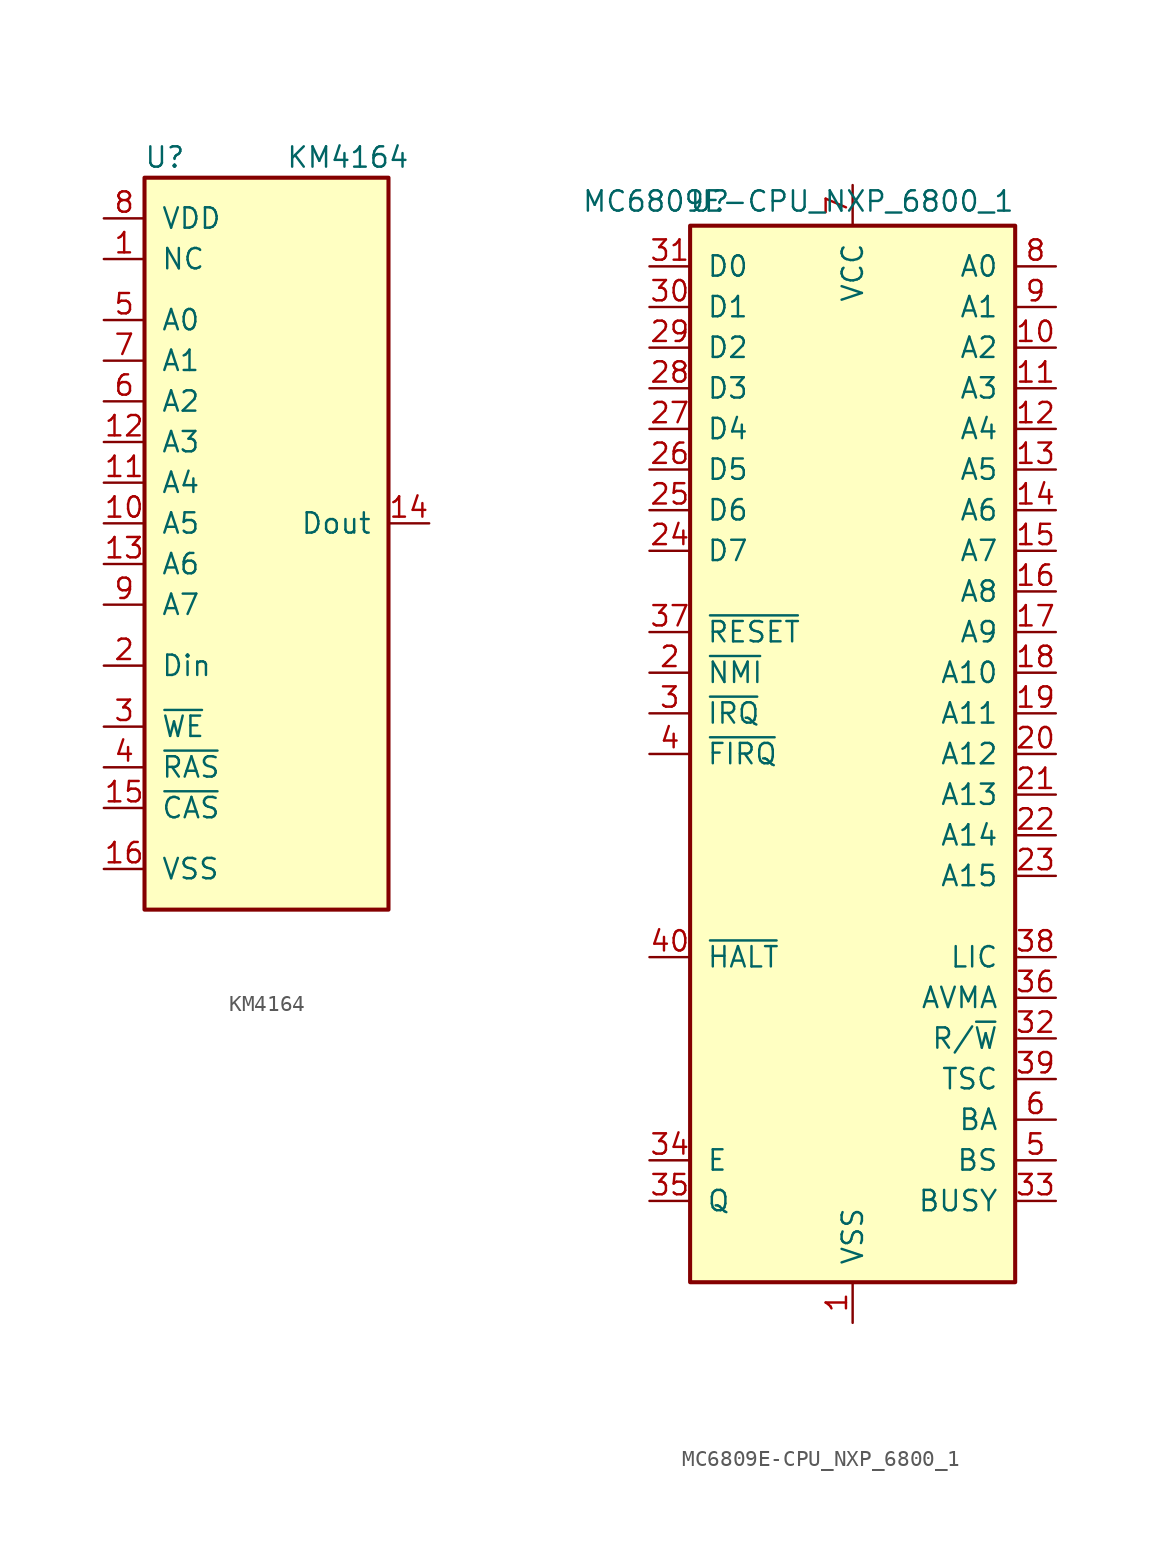
<source format=kicad_sym>
(kicad_symbol_lib
  (version 20211014)
  (generator kicad_symbol_editor)
  (symbol "KM4164"
    (pin_names
      (offset 1.016))
    (property "Reference" "U"
      (at -6.35 22.86 0)
      (effects (font (size 1.27 1.27))))
    (property "Value" "KM4164"
      (at 5.08 22.86 0)
      (effects (font (size 1.27 1.27))))
    (symbol "KM4164_0_1"
      (rectangle (start -7.62 21.59) (end 7.62 -24.13) (stroke (width 0.254) (type default) (color 0 0 0 0)) (fill (type background))))
    (symbol "KM4164_1_1"
      (pin passive line (at -10.16 16.51 0) (length 2.54) (name "NC" (effects (font (size 1.27 1.27)))) (number "1" (effects (font (size 1.27 1.27)))))
      (pin input line (at -10.16 0 0) (length 2.54) (name "A5" (effects (font (size 1.27 1.27)))) (number "10" (effects (font (size 1.27 1.27)))))
      (pin input line (at -10.16 2.54 0) (length 2.54) (name "A4" (effects (font (size 1.27 1.27)))) (number "11" (effects (font (size 1.27 1.27)))))
      (pin input line (at -10.16 5.08 0) (length 2.54) (name "A3" (effects (font (size 1.27 1.27)))) (number "12" (effects (font (size 1.27 1.27)))))
      (pin input line (at -10.16 -2.54 0) (length 2.54) (name "A6" (effects (font (size 1.27 1.27)))) (number "13" (effects (font (size 1.27 1.27)))))
      (pin tri_state line (at 10.16 0 180) (length 2.54) (name "Dout" (effects (font (size 1.27 1.27)))) (number "14" (effects (font (size 1.27 1.27)))))
      (pin input line (at -10.16 -17.78 0) (length 2.54) (name "~{CAS}" (effects (font (size 1.27 1.27)))) (number "15" (effects (font (size 1.27 1.27)))))
      (pin power_in line (at -10.16 -21.59 0) (length 2.54) (name "VSS" (effects (font (size 1.27 1.27)))) (number "16" (effects (font (size 1.27 1.27)))))
      (pin input line (at -10.16 -8.89 0) (length 2.54) (name "Din" (effects (font (size 1.27 1.27)))) (number "2" (effects (font (size 1.27 1.27)))))
      (pin input line (at -10.16 -12.7 0) (length 2.54) (name "~{WE}" (effects (font (size 1.27 1.27)))) (number "3" (effects (font (size 1.27 1.27)))))
      (pin input line (at -10.16 -15.24 0) (length 2.54) (name "~{RAS}" (effects (font (size 1.27 1.27)))) (number "4" (effects (font (size 1.27 1.27)))))
      (pin input line (at -10.16 12.7 0) (length 2.54) (name "A0" (effects (font (size 1.27 1.27)))) (number "5" (effects (font (size 1.27 1.27)))))
      (pin input line (at -10.16 7.62 0) (length 2.54) (name "A2" (effects (font (size 1.27 1.27)))) (number "6" (effects (font (size 1.27 1.27)))))
      (pin input line (at -10.16 10.16 0) (length 2.54) (name "A1" (effects (font (size 1.27 1.27)))) (number "7" (effects (font (size 1.27 1.27)))))
      (pin power_in line (at -10.16 19.05 0) (length 2.54) (name "VDD" (effects (font (size 1.27 1.27)))) (number "8" (effects (font (size 1.27 1.27)))))
      (pin input line (at -10.16 -5.08 0) (length 2.54) (name "A7" (effects (font (size 1.27 1.27)))) (number "9" (effects (font (size 1.27 1.27)))))))
  (symbol "MC6809E-CPU_NXP_6800_1"
    (pin_names
      (offset 1.016))
    (property "Reference" "U"
      (at -7.62 34.544 0)
      (effects (font (size 1.27 1.27)) (justify right)))
    (property "Value" "MC6809E-CPU_NXP_6800_1"
      (at 10.16 34.544 0)
      (effects (font (size 1.27 1.27)) (justify right)))
    (symbol "MC6809E-CPU_NXP_6800_1_0_1"
      (rectangle (start -10.16 -33.02) (end 10.16 33.02) (stroke (width 0.254) (type default) (color 0 0 0 0)) (fill (type background))))
    (symbol "MC6809E-CPU_NXP_6800_1_1_1"
      (pin power_in line (at 0 -35.56 90) (length 2.54) (name "VSS" (effects (font (size 1.27 1.27)))) (number "1" (effects (font (size 1.27 1.27)))))
      (pin output line (at 12.7 25.4 180) (length 2.54) (name "A2" (effects (font (size 1.27 1.27)))) (number "10" (effects (font (size 1.27 1.27)))))
      (pin output line (at 12.7 22.86 180) (length 2.54) (name "A3" (effects (font (size 1.27 1.27)))) (number "11" (effects (font (size 1.27 1.27)))))
      (pin output line (at 12.7 20.32 180) (length 2.54) (name "A4" (effects (font (size 1.27 1.27)))) (number "12" (effects (font (size 1.27 1.27)))))
      (pin output line (at 12.7 17.78 180) (length 2.54) (name "A5" (effects (font (size 1.27 1.27)))) (number "13" (effects (font (size 1.27 1.27)))))
      (pin output line (at 12.7 15.24 180) (length 2.54) (name "A6" (effects (font (size 1.27 1.27)))) (number "14" (effects (font (size 1.27 1.27)))))
      (pin output line (at 12.7 12.7 180) (length 2.54) (name "A7" (effects (font (size 1.27 1.27)))) (number "15" (effects (font (size 1.27 1.27)))))
      (pin output line (at 12.7 10.16 180) (length 2.54) (name "A8" (effects (font (size 1.27 1.27)))) (number "16" (effects (font (size 1.27 1.27)))))
      (pin output line (at 12.7 7.62 180) (length 2.54) (name "A9" (effects (font (size 1.27 1.27)))) (number "17" (effects (font (size 1.27 1.27)))))
      (pin output line (at 12.7 5.08 180) (length 2.54) (name "A10" (effects (font (size 1.27 1.27)))) (number "18" (effects (font (size 1.27 1.27)))))
      (pin output line (at 12.7 2.54 180) (length 2.54) (name "A11" (effects (font (size 1.27 1.27)))) (number "19" (effects (font (size 1.27 1.27)))))
      (pin input line (at -12.7 5.08 0) (length 2.54) (name "~{NMI}" (effects (font (size 1.27 1.27)))) (number "2" (effects (font (size 1.27 1.27)))))
      (pin output line (at 12.7 0 180) (length 2.54) (name "A12" (effects (font (size 1.27 1.27)))) (number "20" (effects (font (size 1.27 1.27)))))
      (pin output line (at 12.7 -2.54 180) (length 2.54) (name "A13" (effects (font (size 1.27 1.27)))) (number "21" (effects (font (size 1.27 1.27)))))
      (pin output line (at 12.7 -5.08 180) (length 2.54) (name "A14" (effects (font (size 1.27 1.27)))) (number "22" (effects (font (size 1.27 1.27)))))
      (pin output line (at 12.7 -7.62 180) (length 2.54) (name "A15" (effects (font (size 1.27 1.27)))) (number "23" (effects (font (size 1.27 1.27)))))
      (pin bidirectional line (at -12.7 12.7 0) (length 2.54) (name "D7" (effects (font (size 1.27 1.27)))) (number "24" (effects (font (size 1.27 1.27)))))
      (pin bidirectional line (at -12.7 15.24 0) (length 2.54) (name "D6" (effects (font (size 1.27 1.27)))) (number "25" (effects (font (size 1.27 1.27)))))
      (pin bidirectional line (at -12.7 17.78 0) (length 2.54) (name "D5" (effects (font (size 1.27 1.27)))) (number "26" (effects (font (size 1.27 1.27)))))
      (pin bidirectional line (at -12.7 20.32 0) (length 2.54) (name "D4" (effects (font (size 1.27 1.27)))) (number "27" (effects (font (size 1.27 1.27)))))
      (pin bidirectional line (at -12.7 22.86 0) (length 2.54) (name "D3" (effects (font (size 1.27 1.27)))) (number "28" (effects (font (size 1.27 1.27)))))
      (pin bidirectional line (at -12.7 25.4 0) (length 2.54) (name "D2" (effects (font (size 1.27 1.27)))) (number "29" (effects (font (size 1.27 1.27)))))
      (pin input line (at -12.7 2.54 0) (length 2.54) (name "~{IRQ}" (effects (font (size 1.27 1.27)))) (number "3" (effects (font (size 1.27 1.27)))))
      (pin bidirectional line (at -12.7 27.94 0) (length 2.54) (name "D1" (effects (font (size 1.27 1.27)))) (number "30" (effects (font (size 1.27 1.27)))))
      (pin bidirectional line (at -12.7 30.48 0) (length 2.54) (name "D0" (effects (font (size 1.27 1.27)))) (number "31" (effects (font (size 1.27 1.27)))))
      (pin output line (at 12.7 -17.78 180) (length 2.54) (name "R/~{W}" (effects (font (size 1.27 1.27)))) (number "32" (effects (font (size 1.27 1.27)))))
      (pin output line (at 12.7 -27.94 180) (length 2.54) (name "BUSY" (effects (font (size 1.27 1.27)))) (number "33" (effects (font (size 1.27 1.27)))))
      (pin input line (at -12.7 -25.4 0) (length 2.54) (name "E" (effects (font (size 1.27 1.27)))) (number "34" (effects (font (size 1.27 1.27)))))
      (pin input line (at -12.7 -27.94 0) (length 2.54) (name "Q" (effects (font (size 1.27 1.27)))) (number "35" (effects (font (size 1.27 1.27)))))
      (pin output line (at 12.7 -15.24 180) (length 2.54) (name "AVMA" (effects (font (size 1.27 1.27)))) (number "36" (effects (font (size 1.27 1.27)))))
      (pin input line (at -12.7 7.62 0) (length 2.54) (name "~{RESET}" (effects (font (size 1.27 1.27)))) (number "37" (effects (font (size 1.27 1.27)))))
      (pin input line (at 12.7 -12.7 180) (length 2.54) (name "LIC" (effects (font (size 1.27 1.27)))) (number "38" (effects (font (size 1.27 1.27)))))
      (pin input line (at 12.7 -20.32 180) (length 2.54) (name "TSC" (effects (font (size 1.27 1.27)))) (number "39" (effects (font (size 1.27 1.27)))))
      (pin input line (at -12.7 0 0) (length 2.54) (name "~{FIRQ}" (effects (font (size 1.27 1.27)))) (number "4" (effects (font (size 1.27 1.27)))))
      (pin input line (at -12.7 -12.7 0) (length 2.54) (name "~{HALT}" (effects (font (size 1.27 1.27)))) (number "40" (effects (font (size 1.27 1.27)))))
      (pin output line (at 12.7 -25.4 180) (length 2.54) (name "BS" (effects (font (size 1.27 1.27)))) (number "5" (effects (font (size 1.27 1.27)))))
      (pin output line (at 12.7 -22.86 180) (length 2.54) (name "BA" (effects (font (size 1.27 1.27)))) (number "6" (effects (font (size 1.27 1.27)))))
      (pin power_in line (at 0 35.56 270) (length 2.54) (name "VCC" (effects (font (size 1.27 1.27)))) (number "7" (effects (font (size 1.27 1.27)))))
      (pin output line (at 12.7 30.48 180) (length 2.54) (name "A0" (effects (font (size 1.27 1.27)))) (number "8" (effects (font (size 1.27 1.27)))))
      (pin output line (at 12.7 27.94 180) (length 2.54) (name "A1" (effects (font (size 1.27 1.27)))) (number "9" (effects (font (size 1.27 1.27))))))))
</source>
